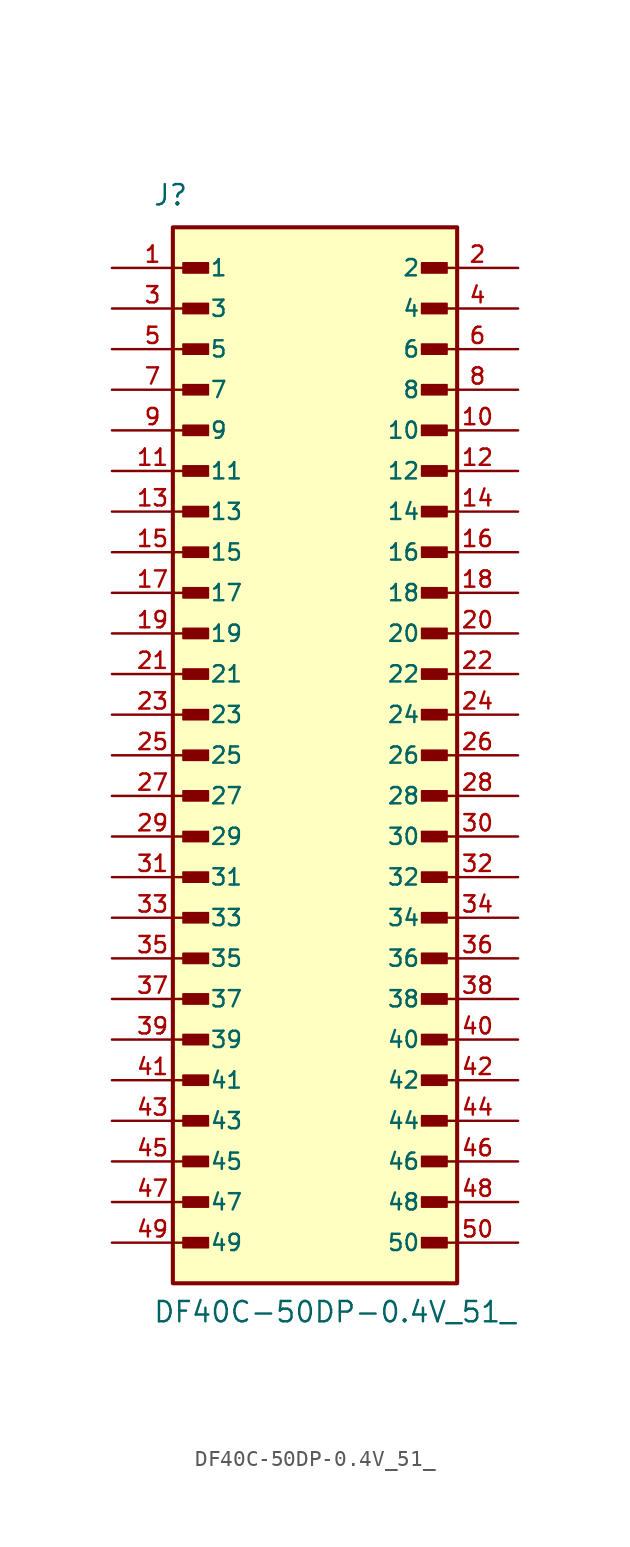
<source format=kicad_sym>
(kicad_symbol_lib
  (version 20211014)
  (generator kicad_symbol_editor)
  (symbol "DF40C-50DP-0.4V_51_"
    (pin_names
      (offset 1.016))
    (property "Reference" "J"
      (at -10.16 34.29 0)
      (effects (font (size 1.27 1.27)) (justify bottom left)))
    (property "Value" "DF40C-50DP-0.4V_51_"
      (at -10.16 -35.56 0)
      (effects (font (size 1.27 1.27)) (justify bottom left)))
    (symbol "DF40C-50DP-0.4V_51__0_0"
      (rectangle (start -8.255 30.163) (end -6.668 30.797) (stroke (width 0.1)) (fill (type outline)))
      (rectangle (start -8.255 27.622) (end -6.668 28.258) (stroke (width 0.1)) (fill (type outline)))
      (rectangle (start -8.255 25.082) (end -6.668 25.718) (stroke (width 0.1)) (fill (type outline)))
      (rectangle (start -8.255 22.543) (end -6.668 23.177) (stroke (width 0.1)) (fill (type outline)))
      (rectangle (start -8.255 20.003) (end -6.668 20.637) (stroke (width 0.1)) (fill (type outline)))
      (rectangle (start -8.255 17.462) (end -6.668 18.098) (stroke (width 0.1)) (fill (type outline)))
      (rectangle (start -8.255 14.922) (end -6.668 15.557) (stroke (width 0.1)) (fill (type outline)))
      (rectangle (start -8.255 12.383) (end -6.668 13.018) (stroke (width 0.1)) (fill (type outline)))
      (rectangle (start -8.255 9.842) (end -6.668 10.477) (stroke (width 0.1)) (fill (type outline)))
      (rectangle (start -8.255 7.303) (end -6.668 7.938) (stroke (width 0.1)) (fill (type outline)))
      (rectangle (start 6.668 7.303) (end 8.255 7.938) (stroke (width 0.1)) (fill (type outline)))
      (rectangle (start 6.668 9.842) (end 8.255 10.477) (stroke (width 0.1)) (fill (type outline)))
      (rectangle (start 6.668 12.383) (end 8.255 13.018) (stroke (width 0.1)) (fill (type outline)))
      (rectangle (start 6.668 14.922) (end 8.255 15.557) (stroke (width 0.1)) (fill (type outline)))
      (rectangle (start 6.668 17.462) (end 8.255 18.098) (stroke (width 0.1)) (fill (type outline)))
      (rectangle (start 6.668 20.003) (end 8.255 20.637) (stroke (width 0.1)) (fill (type outline)))
      (rectangle (start 6.668 22.543) (end 8.255 23.177) (stroke (width 0.1)) (fill (type outline)))
      (rectangle (start 6.668 25.082) (end 8.255 25.718) (stroke (width 0.1)) (fill (type outline)))
      (rectangle (start 6.668 27.622) (end 8.255 28.258) (stroke (width 0.1)) (fill (type outline)))
      (rectangle (start 6.668 30.163) (end 8.255 30.797) (stroke (width 0.1)) (fill (type outline)))
      (rectangle (start -8.255 4.763) (end -6.668 5.397) (stroke (width 0.1)) (fill (type outline)))
      (rectangle (start -8.255 2.223) (end -6.668 2.857) (stroke (width 0.1)) (fill (type outline)))
      (rectangle (start -8.255 -0.318) (end -6.668 0.318) (stroke (width 0.1)) (fill (type outline)))
      (rectangle (start -8.255 -2.857) (end -6.668 -2.223) (stroke (width 0.1)) (fill (type outline)))
      (rectangle (start -8.255 -5.397) (end -6.668 -4.763) (stroke (width 0.1)) (fill (type outline)))
      (rectangle (start -8.255 -7.938) (end -6.668 -7.303) (stroke (width 0.1)) (fill (type outline)))
      (rectangle (start -8.255 -10.477) (end -6.668 -9.842) (stroke (width 0.1)) (fill (type outline)))
      (rectangle (start -8.255 -13.018) (end -6.668 -12.383) (stroke (width 0.1)) (fill (type outline)))
      (rectangle (start -8.255 -15.557) (end -6.668 -14.922) (stroke (width 0.1)) (fill (type outline)))
      (rectangle (start -8.255 -18.098) (end -6.668 -17.462) (stroke (width 0.1)) (fill (type outline)))
      (rectangle (start 6.668 -18.098) (end 8.255 -17.462) (stroke (width 0.1)) (fill (type outline)))
      (rectangle (start 6.668 -15.557) (end 8.255 -14.922) (stroke (width 0.1)) (fill (type outline)))
      (rectangle (start 6.668 -13.018) (end 8.255 -12.383) (stroke (width 0.1)) (fill (type outline)))
      (rectangle (start 6.668 -10.477) (end 8.255 -9.842) (stroke (width 0.1)) (fill (type outline)))
      (rectangle (start 6.668 -7.938) (end 8.255 -7.303) (stroke (width 0.1)) (fill (type outline)))
      (rectangle (start 6.668 -5.397) (end 8.255 -4.763) (stroke (width 0.1)) (fill (type outline)))
      (rectangle (start 6.668 -2.857) (end 8.255 -2.223) (stroke (width 0.1)) (fill (type outline)))
      (rectangle (start 6.668 -0.318) (end 8.255 0.318) (stroke (width 0.1)) (fill (type outline)))
      (rectangle (start 6.668 2.223) (end 8.255 2.857) (stroke (width 0.1)) (fill (type outline)))
      (rectangle (start 6.668 4.763) (end 8.255 5.397) (stroke (width 0.1)) (fill (type outline)))
      (rectangle (start -8.255 -20.637) (end -6.668 -20.003) (stroke (width 0.1)) (fill (type outline)))
      (rectangle (start -8.255 -23.177) (end -6.668 -22.543) (stroke (width 0.1)) (fill (type outline)))
      (rectangle (start -8.255 -25.718) (end -6.668 -25.082) (stroke (width 0.1)) (fill (type outline)))
      (rectangle (start -8.255 -28.258) (end -6.668 -27.622) (stroke (width 0.1)) (fill (type outline)))
      (rectangle (start -8.255 -30.797) (end -6.668 -30.163) (stroke (width 0.1)) (fill (type outline)))
      (rectangle (start 6.668 -30.797) (end 8.255 -30.163) (stroke (width 0.1)) (fill (type outline)))
      (rectangle (start 6.668 -28.258) (end 8.255 -27.622) (stroke (width 0.1)) (fill (type outline)))
      (rectangle (start 6.668 -25.718) (end 8.255 -25.082) (stroke (width 0.1)) (fill (type outline)))
      (rectangle (start 6.668 -23.177) (end 8.255 -22.543) (stroke (width 0.1)) (fill (type outline)))
      (rectangle (start 6.668 -20.637) (end 8.255 -20.003) (stroke (width 0.1)) (fill (type outline)))
      (rectangle (start -8.89 -33.02) (end 8.89 33.02) (stroke (width 0.254)) (fill (type background)))
      (pin passive line (at -12.7 30.48 0) (length 5.08) (name "1" (effects (font (size 1.016 1.016)))) (number "1" (effects (font (size 1.016 1.016)))))
      (pin passive line (at 12.7 30.48 180.0) (length 5.08) (name "2" (effects (font (size 1.016 1.016)))) (number "2" (effects (font (size 1.016 1.016)))))
      (pin passive line (at -12.7 27.94 0) (length 5.08) (name "3" (effects (font (size 1.016 1.016)))) (number "3" (effects (font (size 1.016 1.016)))))
      (pin passive line (at 12.7 27.94 180.0) (length 5.08) (name "4" (effects (font (size 1.016 1.016)))) (number "4" (effects (font (size 1.016 1.016)))))
      (pin passive line (at -12.7 25.4 0) (length 5.08) (name "5" (effects (font (size 1.016 1.016)))) (number "5" (effects (font (size 1.016 1.016)))))
      (pin passive line (at 12.7 25.4 180.0) (length 5.08) (name "6" (effects (font (size 1.016 1.016)))) (number "6" (effects (font (size 1.016 1.016)))))
      (pin passive line (at -12.7 22.86 0) (length 5.08) (name "7" (effects (font (size 1.016 1.016)))) (number "7" (effects (font (size 1.016 1.016)))))
      (pin passive line (at 12.7 22.86 180.0) (length 5.08) (name "8" (effects (font (size 1.016 1.016)))) (number "8" (effects (font (size 1.016 1.016)))))
      (pin passive line (at -12.7 20.32 0) (length 5.08) (name "9" (effects (font (size 1.016 1.016)))) (number "9" (effects (font (size 1.016 1.016)))))
      (pin passive line (at 12.7 20.32 180.0) (length 5.08) (name "10" (effects (font (size 1.016 1.016)))) (number "10" (effects (font (size 1.016 1.016)))))
      (pin passive line (at -12.7 17.78 0) (length 5.08) (name "11" (effects (font (size 1.016 1.016)))) (number "11" (effects (font (size 1.016 1.016)))))
      (pin passive line (at 12.7 17.78 180.0) (length 5.08) (name "12" (effects (font (size 1.016 1.016)))) (number "12" (effects (font (size 1.016 1.016)))))
      (pin passive line (at -12.7 15.24 0) (length 5.08) (name "13" (effects (font (size 1.016 1.016)))) (number "13" (effects (font (size 1.016 1.016)))))
      (pin passive line (at 12.7 15.24 180.0) (length 5.08) (name "14" (effects (font (size 1.016 1.016)))) (number "14" (effects (font (size 1.016 1.016)))))
      (pin passive line (at -12.7 12.7 0) (length 5.08) (name "15" (effects (font (size 1.016 1.016)))) (number "15" (effects (font (size 1.016 1.016)))))
      (pin passive line (at 12.7 12.7 180.0) (length 5.08) (name "16" (effects (font (size 1.016 1.016)))) (number "16" (effects (font (size 1.016 1.016)))))
      (pin passive line (at -12.7 10.16 0) (length 5.08) (name "17" (effects (font (size 1.016 1.016)))) (number "17" (effects (font (size 1.016 1.016)))))
      (pin passive line (at 12.7 10.16 180.0) (length 5.08) (name "18" (effects (font (size 1.016 1.016)))) (number "18" (effects (font (size 1.016 1.016)))))
      (pin passive line (at -12.7 7.62 0) (length 5.08) (name "19" (effects (font (size 1.016 1.016)))) (number "19" (effects (font (size 1.016 1.016)))))
      (pin passive line (at 12.7 7.62 180.0) (length 5.08) (name "20" (effects (font (size 1.016 1.016)))) (number "20" (effects (font (size 1.016 1.016)))))
      (pin passive line (at -12.7 5.08 0) (length 5.08) (name "21" (effects (font (size 1.016 1.016)))) (number "21" (effects (font (size 1.016 1.016)))))
      (pin passive line (at 12.7 5.08 180.0) (length 5.08) (name "22" (effects (font (size 1.016 1.016)))) (number "22" (effects (font (size 1.016 1.016)))))
      (pin passive line (at -12.7 2.54 0) (length 5.08) (name "23" (effects (font (size 1.016 1.016)))) (number "23" (effects (font (size 1.016 1.016)))))
      (pin passive line (at 12.7 2.54 180.0) (length 5.08) (name "24" (effects (font (size 1.016 1.016)))) (number "24" (effects (font (size 1.016 1.016)))))
      (pin passive line (at -12.7 0.0 0) (length 5.08) (name "25" (effects (font (size 1.016 1.016)))) (number "25" (effects (font (size 1.016 1.016)))))
      (pin passive line (at 12.7 0.0 180.0) (length 5.08) (name "26" (effects (font (size 1.016 1.016)))) (number "26" (effects (font (size 1.016 1.016)))))
      (pin passive line (at -12.7 -2.54 0) (length 5.08) (name "27" (effects (font (size 1.016 1.016)))) (number "27" (effects (font (size 1.016 1.016)))))
      (pin passive line (at 12.7 -2.54 180.0) (length 5.08) (name "28" (effects (font (size 1.016 1.016)))) (number "28" (effects (font (size 1.016 1.016)))))
      (pin passive line (at -12.7 -5.08 0) (length 5.08) (name "29" (effects (font (size 1.016 1.016)))) (number "29" (effects (font (size 1.016 1.016)))))
      (pin passive line (at 12.7 -5.08 180.0) (length 5.08) (name "30" (effects (font (size 1.016 1.016)))) (number "30" (effects (font (size 1.016 1.016)))))
      (pin passive line (at -12.7 -7.62 0) (length 5.08) (name "31" (effects (font (size 1.016 1.016)))) (number "31" (effects (font (size 1.016 1.016)))))
      (pin passive line (at 12.7 -7.62 180.0) (length 5.08) (name "32" (effects (font (size 1.016 1.016)))) (number "32" (effects (font (size 1.016 1.016)))))
      (pin passive line (at -12.7 -10.16 0) (length 5.08) (name "33" (effects (font (size 1.016 1.016)))) (number "33" (effects (font (size 1.016 1.016)))))
      (pin passive line (at 12.7 -10.16 180.0) (length 5.08) (name "34" (effects (font (size 1.016 1.016)))) (number "34" (effects (font (size 1.016 1.016)))))
      (pin passive line (at -12.7 -12.7 0) (length 5.08) (name "35" (effects (font (size 1.016 1.016)))) (number "35" (effects (font (size 1.016 1.016)))))
      (pin passive line (at 12.7 -12.7 180.0) (length 5.08) (name "36" (effects (font (size 1.016 1.016)))) (number "36" (effects (font (size 1.016 1.016)))))
      (pin passive line (at -12.7 -15.24 0) (length 5.08) (name "37" (effects (font (size 1.016 1.016)))) (number "37" (effects (font (size 1.016 1.016)))))
      (pin passive line (at 12.7 -15.24 180.0) (length 5.08) (name "38" (effects (font (size 1.016 1.016)))) (number "38" (effects (font (size 1.016 1.016)))))
      (pin passive line (at -12.7 -17.78 0) (length 5.08) (name "39" (effects (font (size 1.016 1.016)))) (number "39" (effects (font (size 1.016 1.016)))))
      (pin passive line (at 12.7 -17.78 180.0) (length 5.08) (name "40" (effects (font (size 1.016 1.016)))) (number "40" (effects (font (size 1.016 1.016)))))
      (pin passive line (at -12.7 -20.32 0) (length 5.08) (name "41" (effects (font (size 1.016 1.016)))) (number "41" (effects (font (size 1.016 1.016)))))
      (pin passive line (at 12.7 -20.32 180.0) (length 5.08) (name "42" (effects (font (size 1.016 1.016)))) (number "42" (effects (font (size 1.016 1.016)))))
      (pin passive line (at -12.7 -22.86 0) (length 5.08) (name "43" (effects (font (size 1.016 1.016)))) (number "43" (effects (font (size 1.016 1.016)))))
      (pin passive line (at 12.7 -22.86 180.0) (length 5.08) (name "44" (effects (font (size 1.016 1.016)))) (number "44" (effects (font (size 1.016 1.016)))))
      (pin passive line (at -12.7 -25.4 0) (length 5.08) (name "45" (effects (font (size 1.016 1.016)))) (number "45" (effects (font (size 1.016 1.016)))))
      (pin passive line (at 12.7 -25.4 180.0) (length 5.08) (name "46" (effects (font (size 1.016 1.016)))) (number "46" (effects (font (size 1.016 1.016)))))
      (pin passive line (at -12.7 -27.94 0) (length 5.08) (name "47" (effects (font (size 1.016 1.016)))) (number "47" (effects (font (size 1.016 1.016)))))
      (pin passive line (at 12.7 -27.94 180.0) (length 5.08) (name "48" (effects (font (size 1.016 1.016)))) (number "48" (effects (font (size 1.016 1.016)))))
      (pin passive line (at -12.7 -30.48 0) (length 5.08) (name "49" (effects (font (size 1.016 1.016)))) (number "49" (effects (font (size 1.016 1.016)))))
      (pin passive line (at 12.7 -30.48 180.0) (length 5.08) (name "50" (effects (font (size 1.016 1.016)))) (number "50" (effects (font (size 1.016 1.016))))))))
</source>
